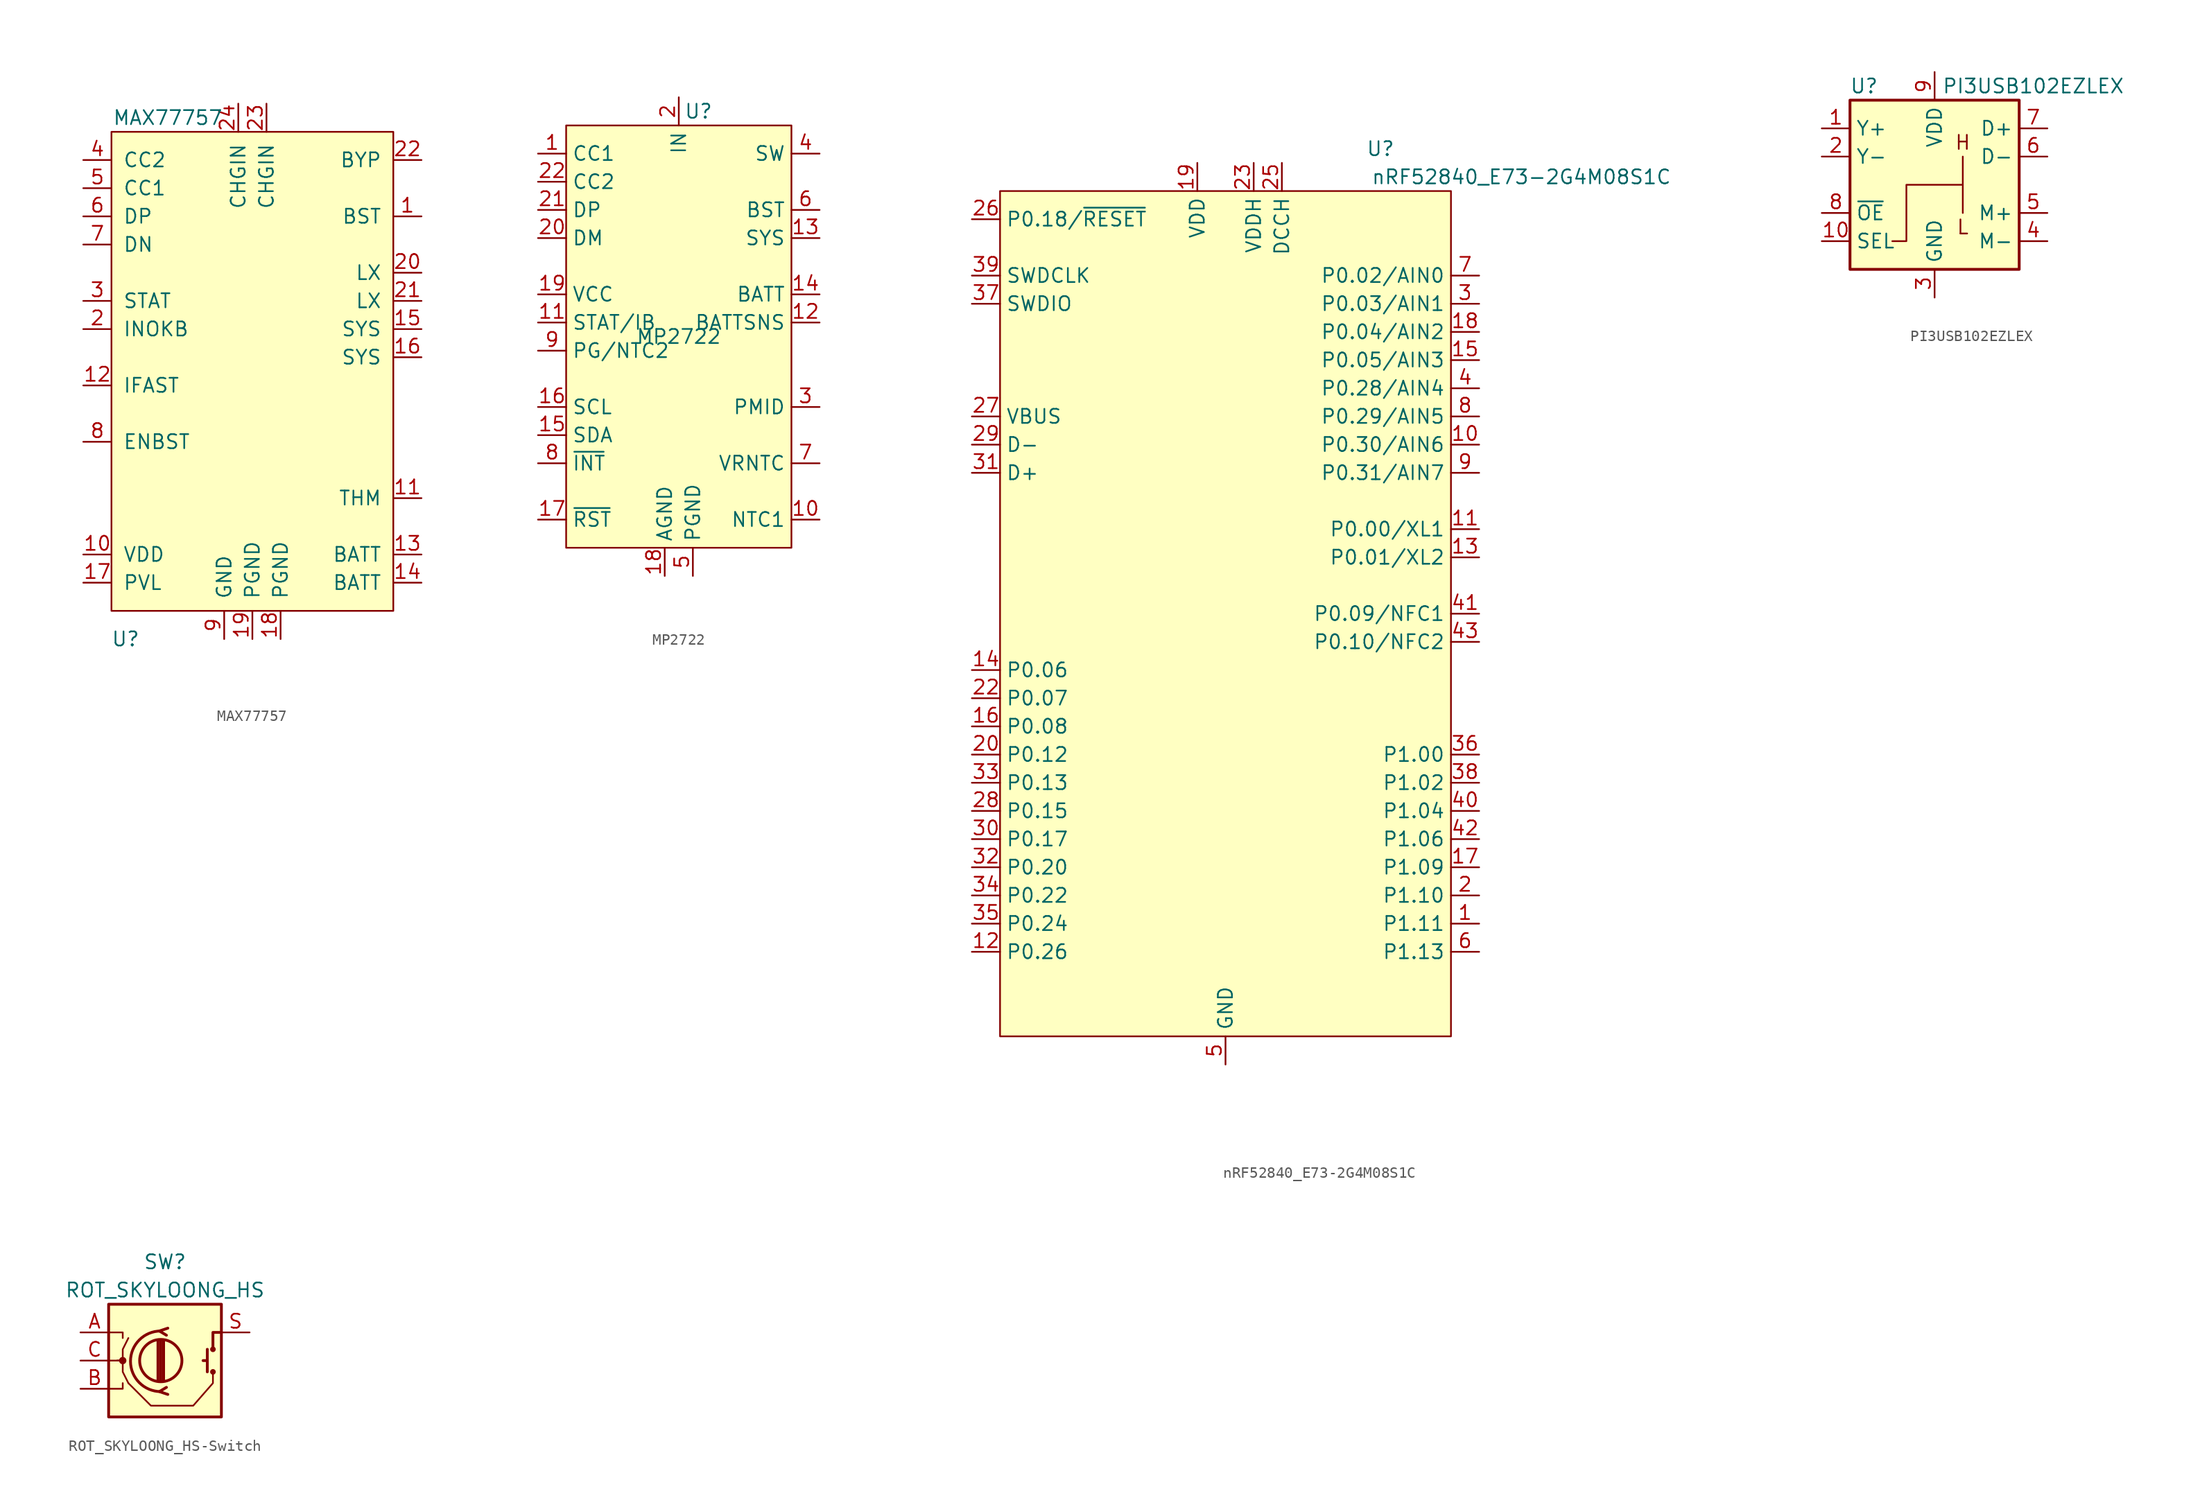
<source format=kicad_sym>
(kicad_symbol_lib
  (version 20231120)
  (generator "kicad_symbol_editor")
  (generator_version "8.0")
  (symbol "MAX77757"
    (pin_names
      (offset 1.016))
    (property "Reference" "U"
      (at -11.43 -27.94 0)
      (effects (font (size 1.27 1.27))))
    (property "Value" "MAX77757"
      (at -7.62 19.05 0)
      (effects (font (size 1.27 1.27))))
    (symbol "MAX77757_0_1"
      (rectangle (start -12.7 17.78) (end 12.7 -25.4) (stroke (width 0) (type default)) (fill (type background))))
    (symbol "MAX77757_1_1"
      (pin power_out line (at 15.24 10.16 180) (length 2.54) (name "BST" (effects (font (size 1.27 1.27)))) (number "1" (effects (font (size 1.27 1.27)))))
      (pin power_out line (at -15.24 -20.32 0) (length 2.54) (name "VDD" (effects (font (size 1.27 1.27)))) (number "10" (effects (font (size 1.27 1.27)))))
      (pin input line (at 15.24 -15.24 180) (length 2.54) (name "THM" (effects (font (size 1.27 1.27)))) (number "11" (effects (font (size 1.27 1.27)))))
      (pin input line (at -15.24 -5.08 0) (length 2.54) (name "IFAST" (effects (font (size 1.27 1.27)))) (number "12" (effects (font (size 1.27 1.27)))))
      (pin power_out line (at 15.24 -20.32 180) (length 2.54) (name "BATT" (effects (font (size 1.27 1.27)))) (number "13" (effects (font (size 1.27 1.27)))))
      (pin power_out line (at 15.24 -22.86 180) (length 2.54) (name "BATT" (effects (font (size 1.27 1.27)))) (number "14" (effects (font (size 1.27 1.27)))))
      (pin power_out line (at 15.24 0 180) (length 2.54) (name "SYS" (effects (font (size 1.27 1.27)))) (number "15" (effects (font (size 1.27 1.27)))))
      (pin power_out line (at 15.24 -2.54 180) (length 2.54) (name "SYS" (effects (font (size 1.27 1.27)))) (number "16" (effects (font (size 1.27 1.27)))))
      (pin power_out line (at -15.24 -22.86 0) (length 2.54) (name "PVL" (effects (font (size 1.27 1.27)))) (number "17" (effects (font (size 1.27 1.27)))))
      (pin power_in line (at 2.54 -27.94 90) (length 2.54) (name "PGND" (effects (font (size 1.27 1.27)))) (number "18" (effects (font (size 1.27 1.27)))))
      (pin power_in line (at 0 -27.94 90) (length 2.54) (name "PGND" (effects (font (size 1.27 1.27)))) (number "19" (effects (font (size 1.27 1.27)))))
      (pin open_collector line (at -15.24 0 0) (length 2.54) (name "INOKB" (effects (font (size 1.27 1.27)))) (number "2" (effects (font (size 1.27 1.27)))))
      (pin power_out line (at 15.24 5.08 180) (length 2.54) (name "LX" (effects (font (size 1.27 1.27)))) (number "20" (effects (font (size 1.27 1.27)))))
      (pin power_out line (at 15.24 2.54 180) (length 2.54) (name "LX" (effects (font (size 1.27 1.27)))) (number "21" (effects (font (size 1.27 1.27)))))
      (pin power_in line (at 15.24 15.24 180) (length 2.54) (name "BYP" (effects (font (size 1.27 1.27)))) (number "22" (effects (font (size 1.27 1.27)))))
      (pin power_in line (at 1.27 20.32 270) (length 2.54) (name "CHGIN" (effects (font (size 1.27 1.27)))) (number "23" (effects (font (size 1.27 1.27)))))
      (pin power_in line (at -1.27 20.32 270) (length 2.54) (name "CHGIN" (effects (font (size 1.27 1.27)))) (number "24" (effects (font (size 1.27 1.27)))))
      (pin open_collector line (at -15.24 2.54 0) (length 2.54) (name "STAT" (effects (font (size 1.27 1.27)))) (number "3" (effects (font (size 1.27 1.27)))))
      (pin input line (at -15.24 15.24 0) (length 2.54) (name "CC2" (effects (font (size 1.27 1.27)))) (number "4" (effects (font (size 1.27 1.27)))))
      (pin input line (at -15.24 12.7 0) (length 2.54) (name "CC1" (effects (font (size 1.27 1.27)))) (number "5" (effects (font (size 1.27 1.27)))))
      (pin bidirectional line (at -15.24 10.16 0) (length 2.54) (name "DP" (effects (font (size 1.27 1.27)))) (number "6" (effects (font (size 1.27 1.27)))))
      (pin bidirectional line (at -15.24 7.62 0) (length 2.54) (name "DN" (effects (font (size 1.27 1.27)))) (number "7" (effects (font (size 1.27 1.27)))))
      (pin input line (at -15.24 -10.16 0) (length 2.54) (name "ENBST" (effects (font (size 1.27 1.27)))) (number "8" (effects (font (size 1.27 1.27)))))
      (pin power_in line (at -2.54 -27.94 90) (length 2.54) (name "GND" (effects (font (size 1.27 1.27)))) (number "9" (effects (font (size 1.27 1.27)))))))
  (symbol "MP2722"
    (property "Reference" "U"
      (at 1.778 20.32 0)
      (effects (font (size 1.27 1.27))))
    (property "Value" "MP2722"
      (at 0 0 0)
      (effects (font (size 1.27 1.27))))
    (symbol "MP2722_0_0"
      (pin bidirectional line (at -12.7 16.51 0) (length 2.54) (name "CC1" (effects (font (size 1.27 1.27)))) (number "1" (effects (font (size 1.27 1.27)))))
      (pin input line (at 12.7 -16.51 180) (length 2.54) (name "NTC1" (effects (font (size 1.27 1.27)))) (number "10" (effects (font (size 1.27 1.27)))))
      (pin output line (at -12.7 1.27 0) (length 2.54) (name "STAT/IB" (effects (font (size 1.27 1.27)))) (number "11" (effects (font (size 1.27 1.27)))))
      (pin input line (at 12.7 1.27 180) (length 2.54) (name "BATTSNS" (effects (font (size 1.27 1.27)))) (number "12" (effects (font (size 1.27 1.27)))))
      (pin power_out line (at 12.7 8.89 180) (length 2.54) (name "SYS" (effects (font (size 1.27 1.27)))) (number "13" (effects (font (size 1.27 1.27)))))
      (pin power_out line (at 12.7 3.81 180) (length 2.54) (name "BATT" (effects (font (size 1.27 1.27)))) (number "14" (effects (font (size 1.27 1.27)))))
      (pin bidirectional line (at -12.7 -8.89 0) (length 2.54) (name "SDA" (effects (font (size 1.27 1.27)))) (number "15" (effects (font (size 1.27 1.27)))))
      (pin input line (at -12.7 -6.35 0) (length 2.54) (name "SCL" (effects (font (size 1.27 1.27)))) (number "16" (effects (font (size 1.27 1.27)))))
      (pin power_in line (at -1.27 -21.59 90) (length 2.54) (name "AGND" (effects (font (size 1.27 1.27)))) (number "18" (effects (font (size 1.27 1.27)))))
      (pin power_out line (at -12.7 3.81 0) (length 2.54) (name "VCC" (effects (font (size 1.27 1.27)))) (number "19" (effects (font (size 1.27 1.27)))))
      (pin power_in line (at 0 21.59 270) (length 2.54) (name "IN" (effects (font (size 1.27 1.27)))) (number "2" (effects (font (size 1.27 1.27)))))
      (pin bidirectional line (at -12.7 13.97 0) (length 2.54) (name "CC2" (effects (font (size 1.27 1.27)))) (number "22" (effects (font (size 1.27 1.27)))))
      (pin power_out line (at 12.7 -6.35 180) (length 2.54) (name "PMID" (effects (font (size 1.27 1.27)))) (number "3" (effects (font (size 1.27 1.27)))))
      (pin power_out line (at 12.7 16.51 180) (length 2.54) (name "SW" (effects (font (size 1.27 1.27)))) (number "4" (effects (font (size 1.27 1.27)))))
      (pin power_in line (at 1.27 -21.59 90) (length 2.54) (name "PGND" (effects (font (size 1.27 1.27)))) (number "5" (effects (font (size 1.27 1.27)))))
      (pin power_out line (at 12.7 11.43 180) (length 2.54) (name "BST" (effects (font (size 1.27 1.27)))) (number "6" (effects (font (size 1.27 1.27)))))
      (pin output line (at 12.7 -11.43 180) (length 2.54) (name "VRNTC" (effects (font (size 1.27 1.27)))) (number "7" (effects (font (size 1.27 1.27)))))
      (pin output line (at -12.7 -1.27 0) (length 2.54) (name "PG/NTC2" (effects (font (size 1.27 1.27)))) (number "9" (effects (font (size 1.27 1.27))))))
    (symbol "MP2722_1_0"
      (pin input line (at -12.7 -16.51 0) (length 2.54) (name "~{RST}" (effects (font (size 1.27 1.27)))) (number "17" (effects (font (size 1.27 1.27)))))
      (pin bidirectional line (at -12.7 8.89 0) (length 2.54) (name "DM" (effects (font (size 1.27 1.27)))) (number "20" (effects (font (size 1.27 1.27)))))
      (pin bidirectional line (at -12.7 11.43 0) (length 2.54) (name "DP" (effects (font (size 1.27 1.27)))) (number "21" (effects (font (size 1.27 1.27)))))
      (pin open_collector line (at -12.7 -11.43 0) (length 2.54) (name "~{INT}" (effects (font (size 1.27 1.27)))) (number "8" (effects (font (size 1.27 1.27))))))
    (symbol "MP2722_1_1"
      (rectangle (start -10.16 19.05) (end 10.16 -19.05) (stroke (width 0) (type default)) (fill (type background)))))
  (symbol "nRF52840_E73-2G4M08S1C"
    (property "Reference" "U"
      (at 13.97 41.91 0)
      (do_not_autoplace)
      (effects (font (size 1.27 1.27))))
    (property "Value" "nRF52840_E73-2G4M08S1C"
      (at 26.67 39.37 0)
      (do_not_autoplace)
      (effects (font (size 1.27 1.27))))
    (symbol "nRF52840_E73-2G4M08S1C_0_0"
      (pin bidirectional line (at 22.86 -27.94 180) (length 2.54) (name "P1.11" (effects (font (size 1.27 1.27)))) (number "1" (effects (font (size 1.27 1.27)))))
      (pin power_in line (at 22.86 15.24 180) (length 2.54) (name "P0.30/AIN6" (effects (font (size 1.27 1.27)))) (number "10" (effects (font (size 1.27 1.27)))))
      (pin bidirectional line (at 22.86 7.62 180) (length 2.54) (name "P0.00/XL1" (effects (font (size 1.27 1.27)))) (number "11" (effects (font (size 1.27 1.27)))))
      (pin bidirectional line (at -22.86 -30.48 0) (length 2.54) (name "P0.26" (effects (font (size 1.27 1.27)))) (number "12" (effects (font (size 1.27 1.27)))))
      (pin bidirectional line (at 22.86 5.08 180) (length 2.54) (name "P0.01/XL2" (effects (font (size 1.27 1.27)))) (number "13" (effects (font (size 1.27 1.27)))))
      (pin bidirectional line (at -22.86 -5.08 0) (length 2.54) (name "P0.06" (effects (font (size 1.27 1.27)))) (number "14" (effects (font (size 1.27 1.27)))))
      (pin bidirectional line (at 22.86 22.86 180) (length 2.54) (name "P0.05/AIN3" (effects (font (size 1.27 1.27)))) (number "15" (effects (font (size 1.27 1.27)))))
      (pin bidirectional line (at -22.86 -10.16 0) (length 2.54) (name "P0.08" (effects (font (size 1.27 1.27)))) (number "16" (effects (font (size 1.27 1.27)))))
      (pin bidirectional line (at 22.86 -22.86 180) (length 2.54) (name "P1.09" (effects (font (size 1.27 1.27)))) (number "17" (effects (font (size 1.27 1.27)))))
      (pin bidirectional line (at 22.86 25.4 180) (length 2.54) (name "P0.04/AIN2" (effects (font (size 1.27 1.27)))) (number "18" (effects (font (size 1.27 1.27)))))
      (pin bidirectional line (at -2.54 40.64 270) (length 2.54) (name "VDD" (effects (font (size 1.27 1.27)))) (number "19" (effects (font (size 1.27 1.27)))))
      (pin bidirectional line (at 22.86 -25.4 180) (length 2.54) (name "P1.10" (effects (font (size 1.27 1.27)))) (number "2" (effects (font (size 1.27 1.27)))))
      (pin bidirectional line (at -22.86 -12.7 0) (length 2.54) (name "P0.12" (effects (font (size 1.27 1.27)))) (number "20" (effects (font (size 1.27 1.27)))))
      (pin bidirectional line (at -22.86 -7.62 0) (length 2.54) (name "P0.07" (effects (font (size 1.27 1.27)))) (number "22" (effects (font (size 1.27 1.27)))))
      (pin bidirectional line (at 2.54 40.64 270) (length 2.54) (name "VDDH" (effects (font (size 1.27 1.27)))) (number "23" (effects (font (size 1.27 1.27)))))
      (pin bidirectional line (at 5.08 40.64 270) (length 2.54) (name "DCCH" (effects (font (size 1.27 1.27)))) (number "25" (effects (font (size 1.27 1.27)))))
      (pin input line (at -22.86 17.78 0) (length 2.54) (name "VBUS" (effects (font (size 1.27 1.27)))) (number "27" (effects (font (size 1.27 1.27)))))
      (pin bidirectional line (at -22.86 -17.78 0) (length 2.54) (name "P0.15" (effects (font (size 1.27 1.27)))) (number "28" (effects (font (size 1.27 1.27)))))
      (pin bidirectional line (at -22.86 15.24 0) (length 2.54) (name "D-" (effects (font (size 1.27 1.27)))) (number "29" (effects (font (size 1.27 1.27)))))
      (pin bidirectional line (at 22.86 27.94 180) (length 2.54) (name "P0.03/AIN1" (effects (font (size 1.27 1.27)))) (number "3" (effects (font (size 1.27 1.27)))))
      (pin bidirectional line (at -22.86 -20.32 0) (length 2.54) (name "P0.17" (effects (font (size 1.27 1.27)))) (number "30" (effects (font (size 1.27 1.27)))))
      (pin bidirectional line (at -22.86 12.7 0) (length 2.54) (name "D+" (effects (font (size 1.27 1.27)))) (number "31" (effects (font (size 1.27 1.27)))))
      (pin bidirectional line (at -22.86 -22.86 0) (length 2.54) (name "P0.20" (effects (font (size 1.27 1.27)))) (number "32" (effects (font (size 1.27 1.27)))))
      (pin bidirectional line (at -22.86 -15.24 0) (length 2.54) (name "P0.13" (effects (font (size 1.27 1.27)))) (number "33" (effects (font (size 1.27 1.27)))))
      (pin bidirectional line (at -22.86 -25.4 0) (length 2.54) (name "P0.22" (effects (font (size 1.27 1.27)))) (number "34" (effects (font (size 1.27 1.27)))))
      (pin bidirectional line (at -22.86 -27.94 0) (length 2.54) (name "P0.24" (effects (font (size 1.27 1.27)))) (number "35" (effects (font (size 1.27 1.27)))))
      (pin bidirectional line (at 22.86 -12.7 180) (length 2.54) (name "P1.00" (effects (font (size 1.27 1.27)))) (number "36" (effects (font (size 1.27 1.27)))))
      (pin bidirectional line (at -22.86 27.94 0) (length 2.54) (name "SWDIO" (effects (font (size 1.27 1.27)))) (number "37" (effects (font (size 1.27 1.27)))))
      (pin bidirectional line (at 22.86 -15.24 180) (length 2.54) (name "P1.02" (effects (font (size 1.27 1.27)))) (number "38" (effects (font (size 1.27 1.27)))))
      (pin power_in line (at -22.86 30.48 0) (length 2.54) (name "SWDCLK" (effects (font (size 1.27 1.27)))) (number "39" (effects (font (size 1.27 1.27)))))
      (pin bidirectional line (at 22.86 20.32 180) (length 2.54) (name "P0.28/AIN4" (effects (font (size 1.27 1.27)))) (number "4" (effects (font (size 1.27 1.27)))))
      (pin bidirectional line (at 22.86 -17.78 180) (length 2.54) (name "P1.04" (effects (font (size 1.27 1.27)))) (number "40" (effects (font (size 1.27 1.27)))))
      (pin bidirectional line (at 22.86 0 180) (length 2.54) (name "P0.09/NFC1" (effects (font (size 1.27 1.27)))) (number "41" (effects (font (size 1.27 1.27)))))
      (pin power_in line (at 22.86 -20.32 180) (length 2.54) (name "P1.06" (effects (font (size 1.27 1.27)))) (number "42" (effects (font (size 1.27 1.27)))))
      (pin power_in line (at 22.86 -2.54 180) (length 2.54) (name "P0.10/NFC2" (effects (font (size 1.27 1.27)))) (number "43" (effects (font (size 1.27 1.27)))))
      (pin bidirectional line (at 22.86 -30.48 180) (length 2.54) (name "P1.13" (effects (font (size 1.27 1.27)))) (number "6" (effects (font (size 1.27 1.27)))))
      (pin bidirectional line (at 22.86 30.48 180) (length 2.54) (name "P0.02/AIN0" (effects (font (size 1.27 1.27)))) (number "7" (effects (font (size 1.27 1.27)))))
      (pin bidirectional line (at 22.86 17.78 180) (length 2.54) (name "P0.29/AIN5" (effects (font (size 1.27 1.27)))) (number "8" (effects (font (size 1.27 1.27)))))
      (pin power_in line (at 22.86 12.7 180) (length 2.54) (name "P0.31/AIN7" (effects (font (size 1.27 1.27)))) (number "9" (effects (font (size 1.27 1.27))))))
    (symbol "nRF52840_E73-2G4M08S1C_0_1"
      (rectangle (start -20.32 38.1) (end 20.32 -38.1) (stroke (width 0.152) (type default)) (fill (type background))))
    (symbol "nRF52840_E73-2G4M08S1C_1_0"
      (pin passive line (at 0 -40.64 90) (length 2.54) hide (name "GND" (effects (font (size 1.27 1.27)))) (number "21" (effects (font (size 1.27 1.27)))))
      (pin passive line (at 0 -40.64 90) (length 2.54) hide (name "GND" (effects (font (size 1.27 1.27)))) (number "24" (effects (font (size 1.27 1.27)))))
      (pin bidirectional line (at -22.86 35.56 0) (length 2.54) (name "P0.18/~{RESET}" (effects (font (size 1.27 1.27)))) (number "26" (effects (font (size 1.27 1.27)))))
      (pin power_in line (at 0 -40.64 90) (length 2.54) (name "GND" (effects (font (size 1.27 1.27)))) (number "5" (effects (font (size 1.27 1.27)))))))
  (symbol "PI3USB102EZLEX"
    (property "Reference" "U"
      (at -6.35 8.89 0)
      (effects (font (size 1.27 1.27))))
    (property "Value" "PI3USB102EZLEX"
      (at 8.89 8.89 0)
      (effects (font (size 1.27 1.27))))
    (symbol "PI3USB102EZLEX_0_1"
      (rectangle (start -7.62 7.62) (end 7.62 -7.62) (stroke (width 0.254) (type default)) (fill (type background))))
    (symbol "PI3USB102EZLEX_1_1"
      (polyline (pts (xy 2.54 0) (xy 2.54 -2.54)) (stroke (width 0) (type default)) (fill (type none)))
      (polyline (pts (xy -3.81 -5.08) (xy -2.54 -5.08) (xy -2.54 0) (xy 2.54 0) (xy 2.54 2.54)) (stroke (width 0) (type default)) (fill (type none)))
      (text "H" (at 2.54 3.81 0) (effects (font (size 1.27 1.27))))
      (text "L" (at 2.54 -3.81 0) (effects (font (size 1.27 1.27))))
      (pin bidirectional line (at -10.16 5.08 0) (length 2.54) (name "Y+" (effects (font (size 1.27 1.27)))) (number "1" (effects (font (size 1.27 1.27)))))
      (pin input line (at -10.16 -5.08 0) (length 2.54) (name "SEL" (effects (font (size 1.27 1.27)))) (number "10" (effects (font (size 1.27 1.27)))))
      (pin bidirectional line (at -10.16 2.54 0) (length 2.54) (name "Y-" (effects (font (size 1.27 1.27)))) (number "2" (effects (font (size 1.27 1.27)))))
      (pin power_in line (at 0 -10.16 90) (length 2.54) (name "GND" (effects (font (size 1.27 1.27)))) (number "3" (effects (font (size 1.27 1.27)))))
      (pin bidirectional line (at 10.16 -5.08 180) (length 2.54) (name "M-" (effects (font (size 1.27 1.27)))) (number "4" (effects (font (size 1.27 1.27)))))
      (pin bidirectional line (at 10.16 -2.54 180) (length 2.54) (name "M+" (effects (font (size 1.27 1.27)))) (number "5" (effects (font (size 1.27 1.27)))))
      (pin bidirectional line (at 10.16 2.54 180) (length 2.54) (name "D-" (effects (font (size 1.27 1.27)))) (number "6" (effects (font (size 1.27 1.27)))))
      (pin bidirectional line (at 10.16 5.08 180) (length 2.54) (name "D+" (effects (font (size 1.27 1.27)))) (number "7" (effects (font (size 1.27 1.27)))))
      (pin input line (at -10.16 -2.54 0) (length 2.54) (name "~{OE}" (effects (font (size 1.27 1.27)))) (number "8" (effects (font (size 1.27 1.27)))))
      (pin power_in line (at 0 10.16 270) (length 2.54) (name "VDD" (effects (font (size 1.27 1.27)))) (number "9" (effects (font (size 1.27 1.27)))))))
  (symbol "ROT_SKYLOONG_HS-Switch"
    (pin_names hide)
    (property "Reference" "SW"
      (at 0 8.89 0)
      (effects (font (size 1.27 1.27))))
    (property "Value" "ROT_SKYLOONG_HS"
      (at 0 6.35 0)
      (effects (font (size 1.27 1.27))))
    (symbol "ROT_SKYLOONG_HS-Switch_0_1"
      (rectangle (start -5.08 5.08) (end 5.08 -5.08) (stroke (width 0.254) (type default)) (fill (type background)))
      (circle (center -3.81 0) (radius 0.254) (stroke (width 0) (type default)) (fill (type outline)))
      (circle (center -0.381 0) (radius 1.905) (stroke (width 0.254) (type default)) (fill (type none)))
      (arc (start -0.381 2.667) (mid -3.0988 -0.0635) (end -0.381 -2.794) (stroke (width 0.254) (type default)) (fill (type none)))
      (polyline (pts (xy -0.635 -1.778) (xy -0.635 1.778)) (stroke (width 0.254) (type default)) (fill (type none)))
      (polyline (pts (xy -0.381 -1.778) (xy -0.381 1.778)) (stroke (width 0.254) (type default)) (fill (type none)))
      (polyline (pts (xy -0.127 1.778) (xy -0.127 -1.778)) (stroke (width 0.254) (type default)) (fill (type none)))
      (polyline (pts (xy 3.81 0) (xy 3.429 0)) (stroke (width 0.254) (type default)) (fill (type none)))
      (polyline (pts (xy 3.81 1.016) (xy 3.81 -1.016)) (stroke (width 0.254) (type default)) (fill (type none)))
      (polyline (pts (xy -5.08 -2.54) (xy -3.81 -2.54) (xy -3.81 -2.032)) (stroke (width 0) (type default)) (fill (type none)))
      (polyline (pts (xy -5.08 2.54) (xy -3.81 2.54) (xy -3.81 2.032)) (stroke (width 0) (type default)) (fill (type none)))
      (polyline (pts (xy 0.254 -3.048) (xy -0.508 -2.794) (xy 0.127 -2.413)) (stroke (width 0.254) (type default)) (fill (type none)))
      (polyline (pts (xy 0.254 2.921) (xy -0.508 2.667) (xy 0.127 2.286)) (stroke (width 0.254) (type default)) (fill (type none)))
      (polyline (pts (xy 5.08 2.54) (xy 4.318 2.54) (xy 4.318 1.016)) (stroke (width 0.254) (type default)) (fill (type none)))
      (polyline (pts (xy -5.08 0) (xy -3.81 0) (xy -3.81 -1.016) (xy -3.302 -2.032)) (stroke (width 0) (type default)) (fill (type none)))
      (polyline (pts (xy -4.318 0) (xy -3.81 0) (xy -3.81 1.016) (xy -3.302 2.032)) (stroke (width 0) (type default)) (fill (type none)))
      (polyline (pts (xy -3.302 -2.032) (xy -1.27 -4.064) (xy 2.54 -4.064) (xy 4.318 -2.032) (xy 4.318 -1.016)) (stroke (width 0) (type default)) (fill (type none)))
      (circle (center 4.318 -1.016) (radius 0.127) (stroke (width 0.254) (type default)) (fill (type none)))
      (circle (center 4.318 1.016) (radius 0.127) (stroke (width 0.254) (type default)) (fill (type none))))
    (symbol "ROT_SKYLOONG_HS-Switch_1_1"
      (pin passive line (at -7.62 2.54 0) (length 2.54) (name "A" (effects (font (size 1.27 1.27)))) (number "A" (effects (font (size 1.27 1.27)))))
      (pin passive line (at -7.62 -2.54 0) (length 2.54) (name "B" (effects (font (size 1.27 1.27)))) (number "B" (effects (font (size 1.27 1.27)))))
      (pin passive line (at -7.62 0 0) (length 2.54) (name "C" (effects (font (size 1.27 1.27)))) (number "C" (effects (font (size 1.27 1.27)))))
      (pin passive line (at 7.62 2.54 180) (length 2.54) (name "S" (effects (font (size 1.27 1.27)))) (number "S" (effects (font (size 1.27 1.27))))))))
</source>
